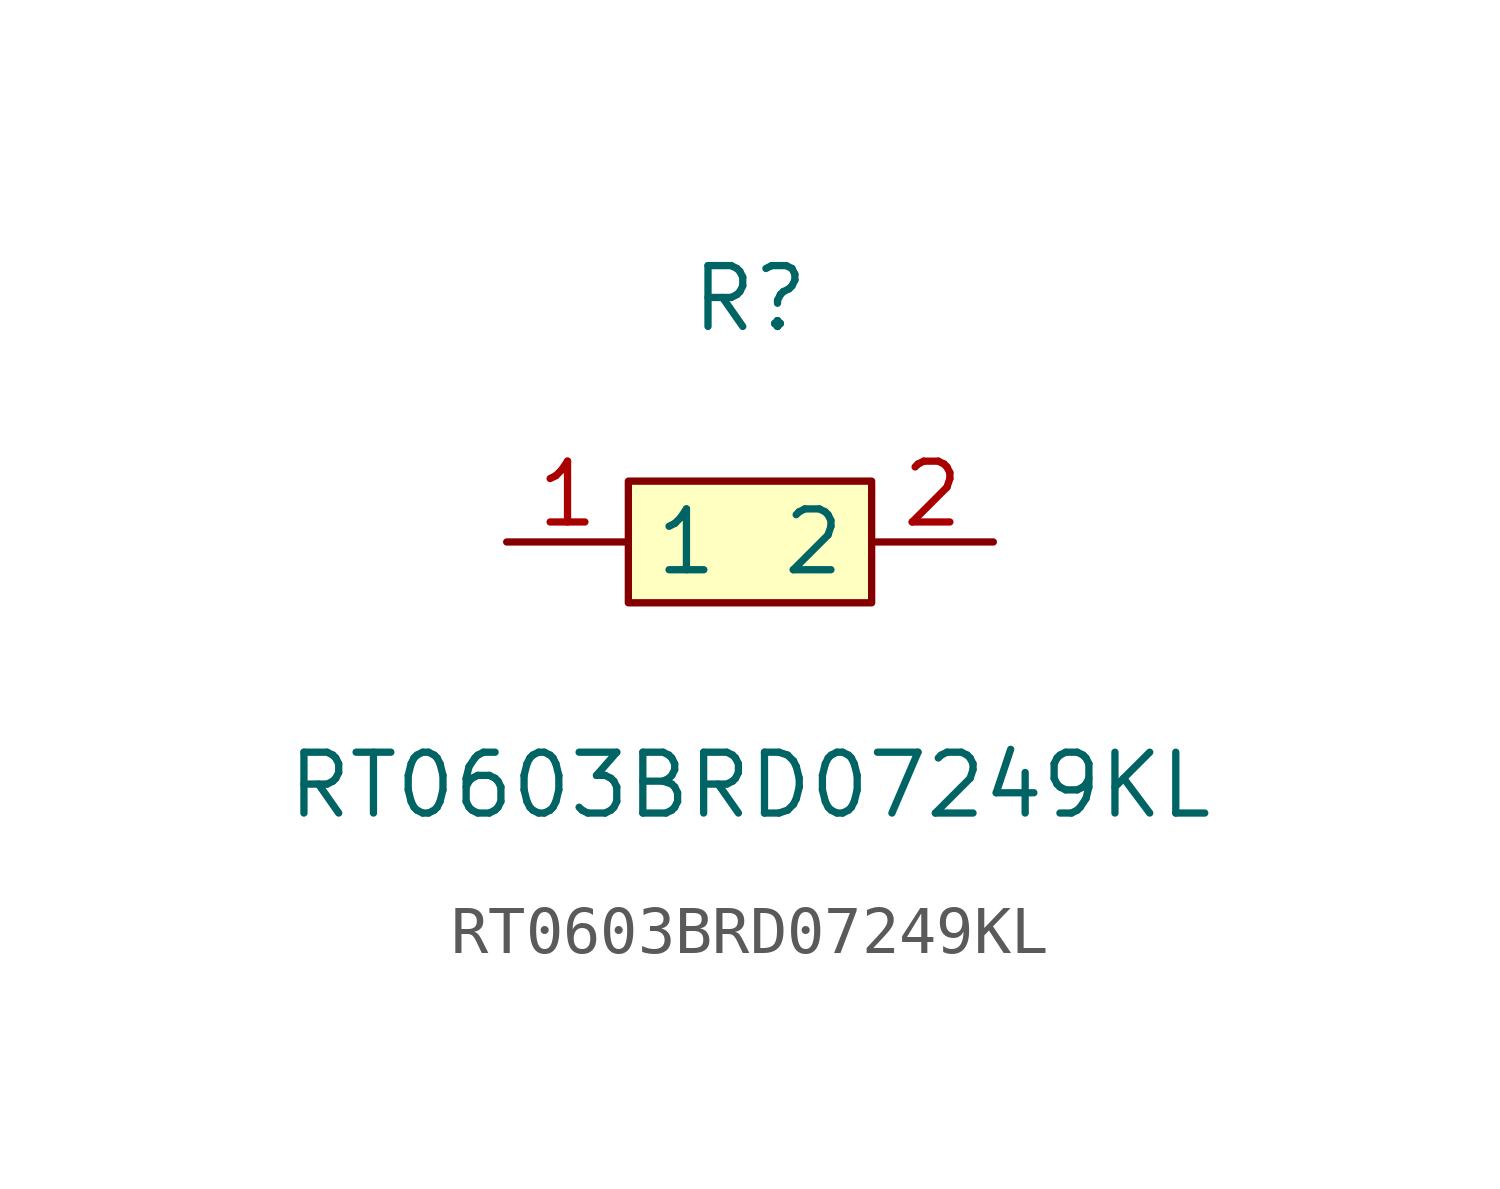
<source format=kicad_sym>
(kicad_symbol_lib
  (version 1)
  (generator "faebryk")
  (symbol "RT0603BRD07249KL"
    (property "Reference" "R"
      (at 0 5.08 0)
      (effects (font (size 1.27 1.27)) (hide no)))
    (property "Value" "RT0603BRD07249KL"
      (at 0 -5.08 0)
      (effects (font (size 1.27 1.27)) (hide no)))
    (symbol "RT0603BRD07249KL_0_1"
      (rectangle (start -2.54 1.27) (end 2.54 -1.27) (stroke (width 0) (type default) (color 0 0 0 0)) (fill (type background)))
      (pin unspecified line (at 5.08 0 180) (length 2.54) (name "2" (effects (font (size 1.27 1.27)) (hide no))) (number "2" (effects (font (size 1.27 1.27)) (hide no))))
      (pin unspecified line (at -5.08 0 0) (length 2.54) (name "1" (effects (font (size 1.27 1.27)) (hide no))) (number "1" (effects (font (size 1.27 1.27)) (hide no)))))))
</source>
